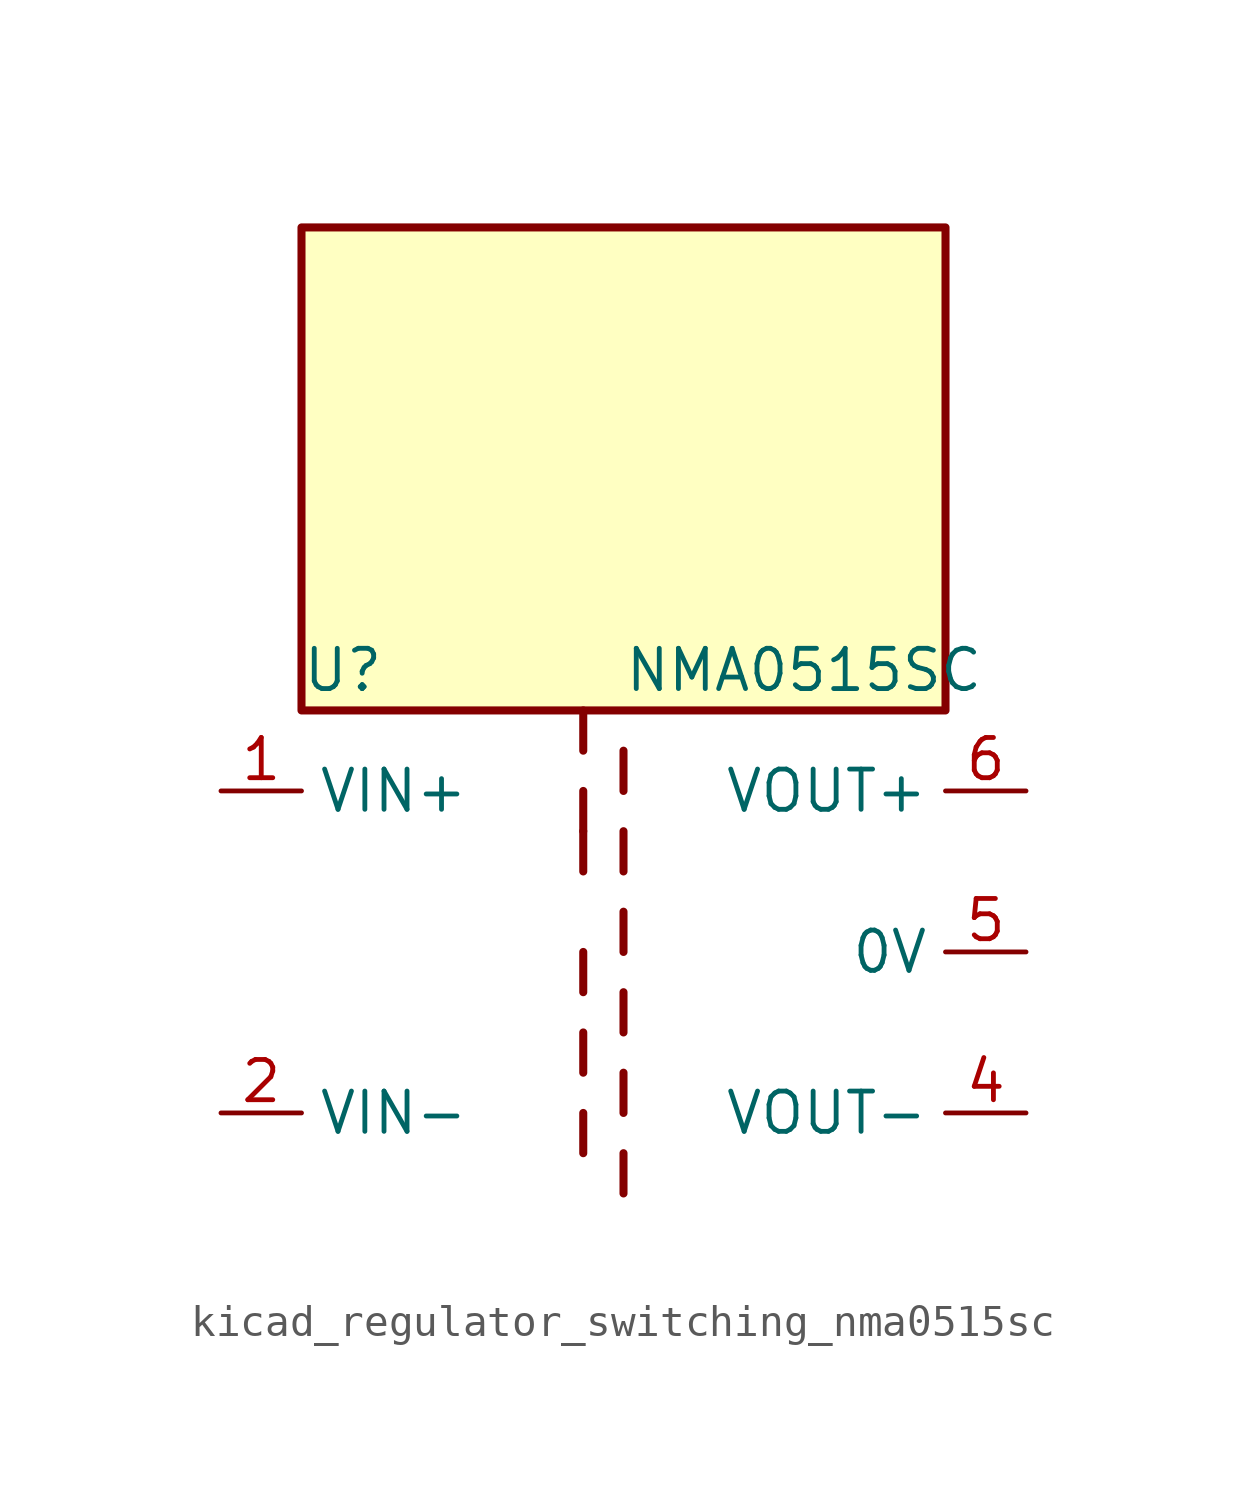
<source format=kicad_sym>
(kicad_symbol_lib
  (version 20220914)
  (generator kicad_symbol_editor)
  (symbol "kicad_regulator_switching_nma0515sc"
    (property "Reference" "U"
      (at -10.16 8.89 0)
      (effects (font (size 1.27 1.27)) (justify left)))
    (property "Value" "NMA0515SC"
      (at 0 8.89 0)
      (effects (font (size 1.27 1.27)) (justify left)))
    (symbol "kicad_regulator_switching_nma0515sc_0_1"
      (polyline (pts (xy -1.27 -5.08) (xy -1.27 -6.35)) (stroke (width 0.254) (type default)) (fill (type none)))
      (polyline (pts (xy -1.27 -2.54) (xy -1.27 -3.81)) (stroke (width 0.254) (type default)) (fill (type none)))
      (polyline (pts (xy -1.27 0) (xy -1.27 -1.27)) (stroke (width 0.254) (type default)) (fill (type none)))
      (polyline (pts (xy -1.27 2.54) (xy -1.27 3.81)) (stroke (width 0.254) (type default)) (fill (type none)))
      (polyline (pts (xy -1.27 5.08) (xy -1.27 3.81)) (stroke (width 0.254) (type default)) (fill (type none)))
      (polyline (pts (xy -1.27 7.62) (xy -1.27 6.35)) (stroke (width 0.254) (type default)) (fill (type none)))
      (polyline (pts (xy 0 -7.62) (xy 0 -6.35)) (stroke (width 0.254) (type default)) (fill (type none)))
      (polyline (pts (xy 0 -5.08) (xy 0 -3.81)) (stroke (width 0.254) (type default)) (fill (type none)))
      (polyline (pts (xy 0 -1.27) (xy 0 -2.54)) (stroke (width 0.254) (type default)) (fill (type none)))
      (polyline (pts (xy 0 0) (xy 0 1.27)) (stroke (width 0.254) (type default)) (fill (type none)))
      (polyline (pts (xy 0 2.54) (xy 0 3.81)) (stroke (width 0.254) (type default)) (fill (type none)))
      (polyline (pts (xy 0 5.08) (xy 0 6.35)) (stroke (width 0.254) (type default)) (fill (type none)))
      (rectangle (start 10.16 22.86) (end -10.16 7.62) (stroke (width 0.254) (type default)) (fill (type background))))
    (symbol "kicad_regulator_switching_nma0515sc_1_1"
      (pin power_in line (at -12.7 5.08 0) (length 2.54) (name "VIN+" (effects (font (size 1.27 1.27)))) (number "1" (effects (font (size 1.27 1.27)))))
      (pin power_in line (at -12.7 -5.08 0) (length 2.54) (name "VIN-" (effects (font (size 1.27 1.27)))) (number "2" (effects (font (size 1.27 1.27)))))
      (pin power_out line (at 12.7 -5.08 180) (length 2.54) (name "VOUT-" (effects (font (size 1.27 1.27)))) (number "4" (effects (font (size 1.27 1.27)))))
      (pin power_out line (at 12.7 0 180) (length 2.54) (name "0V" (effects (font (size 1.27 1.27)))) (number "5" (effects (font (size 1.27 1.27)))))
      (pin power_out line (at 12.7 5.08 180) (length 2.54) (name "VOUT+" (effects (font (size 1.27 1.27)))) (number "6" (effects (font (size 1.27 1.27))))))))
</source>
